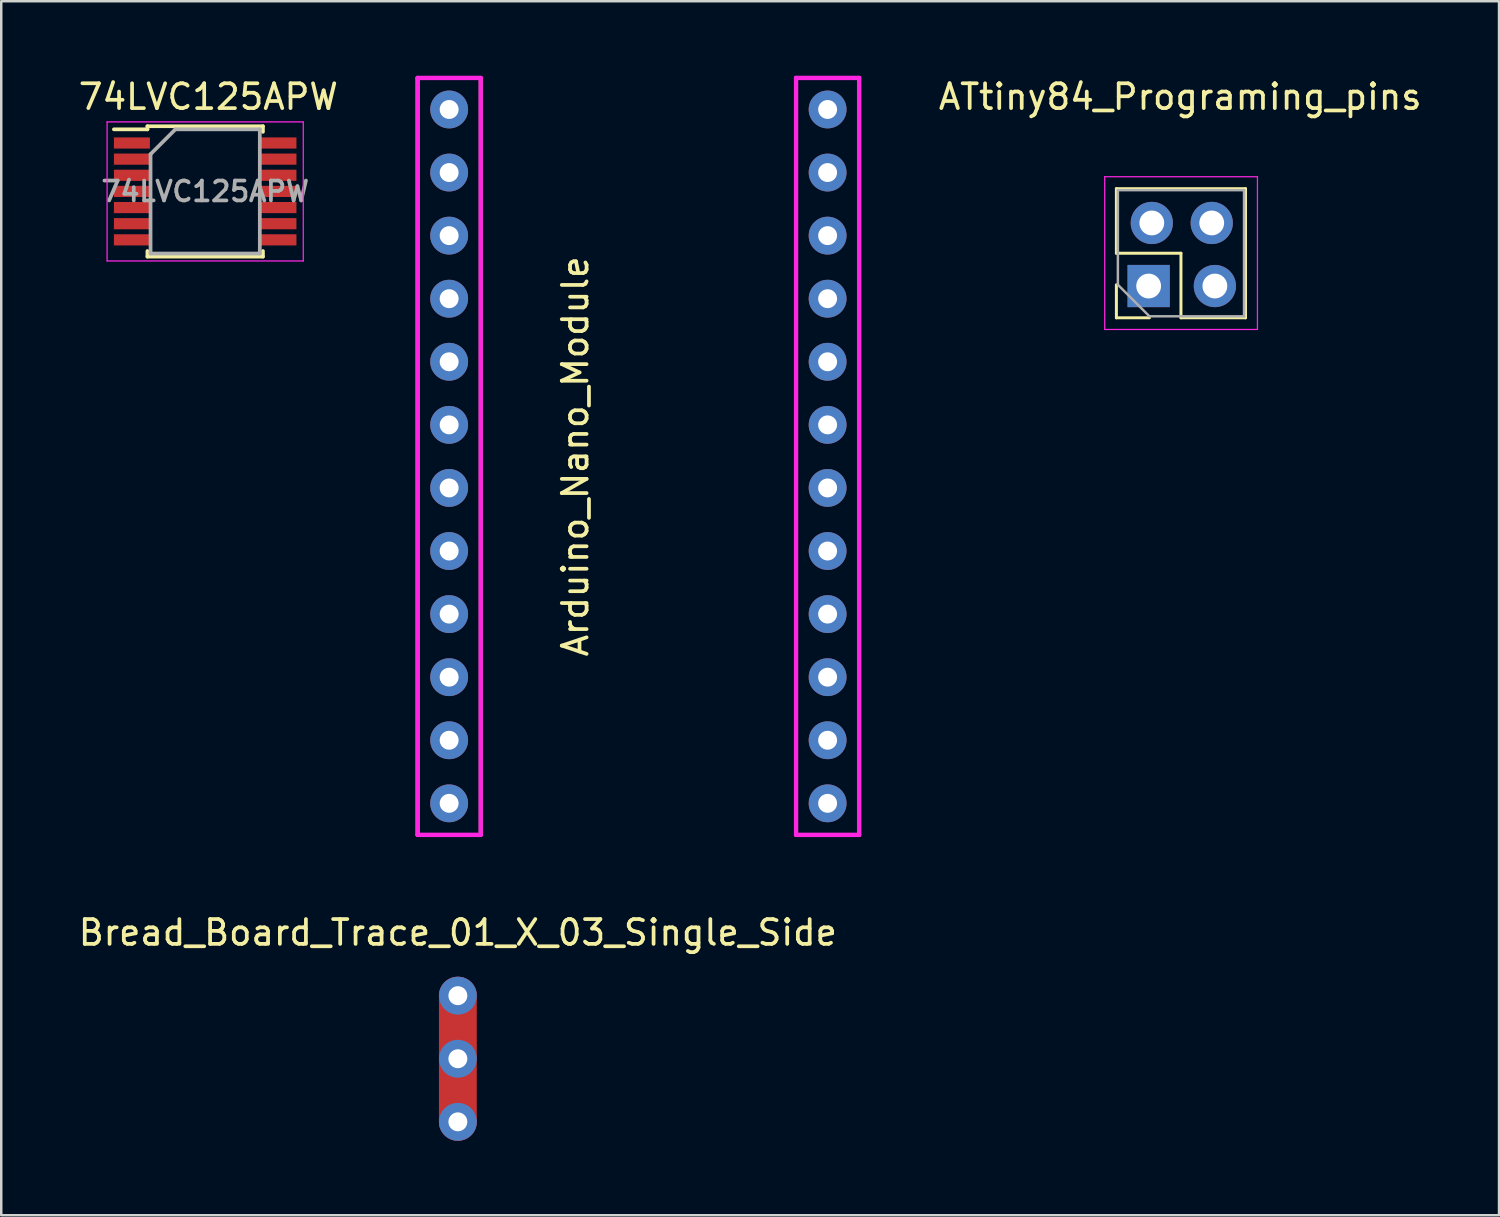
<source format=kicad_pcb>
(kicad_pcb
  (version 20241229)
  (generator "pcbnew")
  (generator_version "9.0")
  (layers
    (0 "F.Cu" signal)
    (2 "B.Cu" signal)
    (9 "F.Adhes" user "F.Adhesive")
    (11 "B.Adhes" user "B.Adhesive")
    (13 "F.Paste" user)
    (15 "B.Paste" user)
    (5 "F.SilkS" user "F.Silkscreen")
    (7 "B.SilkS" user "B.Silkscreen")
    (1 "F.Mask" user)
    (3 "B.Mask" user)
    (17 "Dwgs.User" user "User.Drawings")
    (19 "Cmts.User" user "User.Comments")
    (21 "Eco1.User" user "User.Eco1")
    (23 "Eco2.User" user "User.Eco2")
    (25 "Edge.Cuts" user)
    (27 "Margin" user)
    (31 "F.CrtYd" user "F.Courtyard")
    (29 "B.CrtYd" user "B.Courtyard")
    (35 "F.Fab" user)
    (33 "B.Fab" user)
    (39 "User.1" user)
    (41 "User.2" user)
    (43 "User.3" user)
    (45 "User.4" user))
  (footprint "Arduino_Nano_Module"
    (layer "F.Cu")
    (at 22.656 15.328)
    (property "Reference" "Arduino_Nano_Module" (at -2.54 0 90) (layer "F.SilkS") (effects (font (size 1 1) (thickness 0.15))))
    (attr through_hole)
    (fp_line (start -8.89 -15.24) (end -6.35 -15.24) (stroke (width 0.15) (type solid)) (layer "F.SilkS"))
    (fp_line (start -8.89 15.24) (end -8.89 -15.24) (stroke (width 0.15) (type solid)) (layer "F.SilkS"))
    (fp_line (start -6.35 -15.24) (end -6.35 15.24) (stroke (width 0.15) (type solid)) (layer "F.SilkS"))
    (fp_line (start -6.35 15.24) (end -8.89 15.24) (stroke (width 0.15) (type solid)) (layer "F.SilkS"))
    (fp_line (start 6.35 -15.24) (end 8.89 -15.24) (stroke (width 0.15) (type solid)) (layer "F.SilkS"))
    (fp_line (start 6.35 15.24) (end 6.35 -15.24) (stroke (width 0.15) (type solid)) (layer "F.SilkS"))
    (fp_line (start 8.89 -15.24) (end 8.89 15.24) (stroke (width 0.15) (type solid)) (layer "F.SilkS"))
    (fp_line (start 8.89 15.24) (end 6.35 15.24) (stroke (width 0.15) (type solid)) (layer "F.SilkS"))
    (fp_line (start -8.89 -15.24) (end -6.35 -15.24) (stroke (width 0.175) (type solid)) (layer "F.CrtYd"))
    (fp_line (start -8.89 15.24) (end -8.89 -15.24) (stroke (width 0.175) (type solid)) (layer "F.CrtYd"))
    (fp_line (start -6.35 -15.24) (end -6.35 15.24) (stroke (width 0.175) (type solid)) (layer "F.CrtYd"))
    (fp_line (start -6.35 15.24) (end -8.89 15.24) (stroke (width 0.175) (type solid)) (layer "F.CrtYd"))
    (fp_line (start 6.35 -15.24) (end 6.35 15.24) (stroke (width 0.175) (type solid)) (layer "F.CrtYd"))
    (fp_line (start 6.35 15.24) (end 8.89 15.24) (stroke (width 0.175) (type solid)) (layer "F.CrtYd"))
    (fp_line (start 8.89 -15.24) (end 6.35 -15.24) (stroke (width 0.175) (type solid)) (layer "F.CrtYd"))
    (fp_line (start 8.89 15.24) (end 8.89 -15.24) (stroke (width 0.175) (type solid)) (layer "F.CrtYd"))
    (pad "1" thru_hole circle (at -7.62 -13.97) (size 1.524 1.524) (drill 0.762) (layers "*.Cu" "*.Mask"))
    (pad "2" thru_hole circle (at -7.62 -11.43) (size 1.524 1.524) (drill 0.762) (layers "*.Cu" "*.Mask"))
    (pad "3" thru_hole circle (at -7.62 -8.89) (size 1.524 1.524) (drill 0.762) (layers "*.Cu" "*.Mask"))
    (pad "4" thru_hole circle (at -7.62 -6.35) (size 1.524 1.524) (drill 0.762) (layers "*.Cu" "*.Mask"))
    (pad "5" thru_hole circle (at -7.62 -3.81) (size 1.524 1.524) (drill 0.762) (layers "*.Cu" "*.Mask"))
    (pad "6" thru_hole circle (at -7.62 -1.27) (size 1.524 1.524) (drill 0.762) (layers "*.Cu" "*.Mask"))
    (pad "7" thru_hole circle (at -7.62 1.27) (size 1.524 1.524) (drill 0.762) (layers "*.Cu" "*.Mask"))
    (pad "8" thru_hole circle (at -7.62 3.81) (size 1.524 1.524) (drill 0.762) (layers "*.Cu" "*.Mask"))
    (pad "9" thru_hole circle (at -7.62 6.35) (size 1.524 1.524) (drill 0.762) (layers "*.Cu" "*.Mask"))
    (pad "10" thru_hole circle (at -7.62 8.89) (size 1.524 1.524) (drill 0.762) (layers "*.Cu" "*.Mask"))
    (pad "11" thru_hole circle (at -7.62 11.43) (size 1.524 1.524) (drill 0.762) (layers "*.Cu" "*.Mask"))
    (pad "12" thru_hole circle (at -7.62 13.97) (size 1.524 1.524) (drill 0.762) (layers "*.Cu" "*.Mask"))
    (pad "13" thru_hole circle (at 7.62 13.97) (size 1.524 1.524) (drill 0.762) (layers "*.Cu" "*.Mask"))
    (pad "14" thru_hole circle (at 7.62 11.43) (size 1.524 1.524) (drill 0.762) (layers "*.Cu" "*.Mask"))
    (pad "15" thru_hole circle (at 7.62 8.89) (size 1.524 1.524) (drill 0.762) (layers "*.Cu" "*.Mask"))
    (pad "16" thru_hole circle (at 7.62 6.35) (size 1.524 1.524) (drill 0.762) (layers "*.Cu" "*.Mask"))
    (pad "17" thru_hole circle (at 7.62 3.81) (size 1.524 1.524) (drill 0.762) (layers "*.Cu" "*.Mask"))
    (pad "18" thru_hole circle (at 7.62 1.27) (size 1.524 1.524) (drill 0.762) (layers "*.Cu" "*.Mask"))
    (pad "19" thru_hole circle (at 7.62 -1.27) (size 1.524 1.524) (drill 0.762) (layers "*.Cu" "*.Mask"))
    (pad "20" thru_hole circle (at 7.62 -3.81) (size 1.524 1.524) (drill 0.762) (layers "*.Cu" "*.Mask"))
    (pad "21" thru_hole circle (at 7.62 -6.35) (size 1.524 1.524) (drill 0.762) (layers "*.Cu" "*.Mask"))
    (pad "22" thru_hole circle (at 7.62 -8.89) (size 1.524 1.524) (drill 0.762) (layers "*.Cu" "*.Mask"))
    (pad "23" thru_hole circle (at 7.62 -11.43) (size 1.524 1.524) (drill 0.762) (layers "*.Cu" "*.Mask"))
    (pad "24" thru_hole circle (at 7.62 -13.97) (size 1.524 1.524) (drill 0.762) (layers "*.Cu" "*.Mask")))
  (footprint "Bread_Board_Trace_01_X_03_Single_Side"
    (layer "F.Cu")
    (at 15.387 39.583)
    (property "Reference" "Bread_Board_Trace_01_X_03_Single_Side" (at 0 -5.08 0) (layer "F.SilkS") (effects (font (size 1 1) (thickness 0.15))))
    (attr through_hole)
    (fp_line (start 0 2.54) (end 0 -2.54) (stroke (width 1.524) (type solid)) (layer "F.Cu"))
    (pad "1" thru_hole circle (at 0 -2.54) (size 1.524 1.524) (drill 0.762) (layers "*.Cu" "*.Mask"))
    (pad "2" thru_hole circle (at 0 0) (size 1.524 1.524) (drill 0.762) (layers "*.Cu" "*.Mask"))
    (pad "3" thru_hole circle (at 0 2.54) (size 1.524 1.524) (drill 0.762) (layers "*.Cu" "*.Mask")))
  (footprint "74LVC125APW"
    (layer "F.Cu")
    (at 5.034 4.658)
    (property "Reference" "74LVC125APW" (at 0.305 -3.81 0) (layer "F.SilkS") (effects (font (size 1 1) (thickness 0.15))))
    (attr through_hole)
    (fp_line (start -2.147 -2.625) (end -2.147 -2.5) (stroke (width 0.15) (type solid)) (layer "F.SilkS"))
    (fp_line (start -2.147 -2.625) (end 2.503 -2.625) (stroke (width 0.15) (type solid)) (layer "F.SilkS"))
    (fp_line (start -2.147 -2.5) (end -3.497 -2.5) (stroke (width 0.15) (type solid)) (layer "F.SilkS"))
    (fp_line (start -2.147 2.625) (end -2.147 2.4) (stroke (width 0.15) (type solid)) (layer "F.SilkS"))
    (fp_line (start -2.147 2.625) (end 2.503 2.625) (stroke (width 0.15) (type solid)) (layer "F.SilkS"))
    (fp_line (start 2.503 -2.625) (end 2.503 -2.4) (stroke (width 0.15) (type solid)) (layer "F.SilkS"))
    (fp_line (start 2.503 2.625) (end 2.503 2.4) (stroke (width 0.15) (type solid)) (layer "F.SilkS"))
    (fp_line (start -3.772 -2.8) (end -3.772 2.8) (stroke (width 0.05) (type solid)) (layer "F.CrtYd"))
    (fp_line (start -3.772 -2.8) (end 4.128 -2.8) (stroke (width 0.05) (type solid)) (layer "F.CrtYd"))
    (fp_line (start -3.772 2.8) (end 4.128 2.8) (stroke (width 0.05) (type solid)) (layer "F.CrtYd"))
    (fp_line (start 4.128 -2.8) (end 4.128 2.8) (stroke (width 0.05) (type solid)) (layer "F.CrtYd"))
    (fp_line (start -2.022 -1.5) (end -1.022 -2.5) (stroke (width 0.15) (type solid)) (layer "F.Fab"))
    (fp_line (start -2.022 2.5) (end -2.022 -1.5) (stroke (width 0.15) (type solid)) (layer "F.Fab"))
    (fp_line (start -1.022 -2.5) (end 2.378 -2.5) (stroke (width 0.15) (type solid)) (layer "F.Fab"))
    (fp_line (start 2.378 -2.5) (end 2.378 2.5) (stroke (width 0.15) (type solid)) (layer "F.Fab"))
    (fp_line (start 2.378 2.5) (end -2.022 2.5) (stroke (width 0.15) (type solid)) (layer "F.Fab"))
    (fp_text user "${REFERENCE}" (at 0.178 0 0) (layer "F.Fab") (effects (font (size 0.8 0.8) (thickness 0.15))))
    (pad "1" smd rect (at -2.772 -1.95) (size 1.45 0.45) (layers "F.Cu" "F.Mask" "F.Paste"))
    (pad "2" smd rect (at -2.772 -1.3) (size 1.45 0.45) (layers "F.Cu" "F.Mask" "F.Paste"))
    (pad "3" smd rect (at -2.772 -0.65) (size 1.45 0.45) (layers "F.Cu" "F.Mask" "F.Paste"))
    (pad "4" smd rect (at -2.772 0) (size 1.45 0.45) (layers "F.Cu" "F.Mask" "F.Paste"))
    (pad "5" smd rect (at -2.772 0.65) (size 1.45 0.45) (layers "F.Cu" "F.Mask" "F.Paste"))
    (pad "6" smd rect (at -2.772 1.3) (size 1.45 0.45) (layers "F.Cu" "F.Mask" "F.Paste"))
    (pad "7" smd rect (at -2.772 1.95) (size 1.45 0.45) (layers "F.Cu" "F.Mask" "F.Paste"))
    (pad "8" smd rect (at 3.128 1.95) (size 1.45 0.45) (layers "F.Cu" "F.Mask" "F.Paste"))
    (pad "9" smd rect (at 3.128 1.3) (size 1.45 0.45) (layers "F.Cu" "F.Mask" "F.Paste"))
    (pad "10" smd rect (at 3.128 0.65) (size 1.45 0.45) (layers "F.Cu" "F.Mask" "F.Paste"))
    (pad "11" smd rect (at 3.128 0) (size 1.45 0.45) (layers "F.Cu" "F.Mask" "F.Paste"))
    (pad "12" smd rect (at 3.128 -0.65) (size 1.45 0.45) (layers "F.Cu" "F.Mask" "F.Paste"))
    (pad "13" smd rect (at 3.128 -1.3) (size 1.45 0.45) (layers "F.Cu" "F.Mask" "F.Paste"))
    (pad "14" smd rect (at 3.128 -1.95) (size 1.45 0.45) (layers "F.Cu" "F.Mask" "F.Paste")))
  (footprint "ATtiny84_Programing_pins"
    (layer "F.Cu")
    (at 44.473 7.198)
    (property "Reference" "ATtiny84_Programing_pins" (at 0 -6.35 0) (layer "F.SilkS") (effects (font (size 1 1) (thickness 0.15))))
    (attr through_hole)
    (fp_line (start -2.569 -2.651) (end 2.631 -2.651) (stroke (width 0.12) (type solid)) (layer "F.SilkS"))
    (fp_line (start -2.569 -0.051) (end -2.569 -2.651) (stroke (width 0.12) (type solid)) (layer "F.SilkS"))
    (fp_line (start -2.569 2.549) (end -2.569 1.219) (stroke (width 0.12) (type solid)) (layer "F.SilkS"))
    (fp_line (start -1.239 2.549) (end -2.569 2.549) (stroke (width 0.12) (type solid)) (layer "F.SilkS"))
    (fp_line (start 0.031 -0.051) (end -2.569 -0.051) (stroke (width 0.12) (type solid)) (layer "F.SilkS"))
    (fp_line (start 0.031 2.549) (end 0.031 -0.051) (stroke (width 0.12) (type solid)) (layer "F.SilkS"))
    (fp_line (start 0.031 2.549) (end 2.631 2.549) (stroke (width 0.12) (type solid)) (layer "F.SilkS"))
    (fp_line (start 2.631 2.549) (end 2.631 -2.651) (stroke (width 0.12) (type solid)) (layer "F.SilkS"))
    (fp_line (start -3.039 -3.131) (end -3.039 3.019) (stroke (width 0.05) (type solid)) (layer "F.CrtYd"))
    (fp_line (start -3.039 3.019) (end 3.111 3.019) (stroke (width 0.05) (type solid)) (layer "F.CrtYd"))
    (fp_line (start 3.111 -3.131) (end -3.039 -3.131) (stroke (width 0.05) (type solid)) (layer "F.CrtYd"))
    (fp_line (start 3.111 3.019) (end 3.111 -3.131) (stroke (width 0.05) (type solid)) (layer "F.CrtYd"))
    (fp_line (start -2.509 -2.591) (end 2.571 -2.591) (stroke (width 0.1) (type solid)) (layer "F.Fab"))
    (fp_line (start -2.509 1.219) (end -2.509 -2.591) (stroke (width 0.1) (type solid)) (layer "F.Fab"))
    (fp_line (start -1.239 2.489) (end -2.509 1.219) (stroke (width 0.1) (type solid)) (layer "F.Fab"))
    (fp_line (start 2.571 -2.591) (end 2.571 2.489) (stroke (width 0.1) (type solid)) (layer "F.Fab"))
    (fp_line (start 2.571 2.489) (end -1.239 2.489) (stroke (width 0.1) (type solid)) (layer "F.Fab"))
    (pad "1" thru_hole rect (at -1.27 1.27 90) (size 1.7 1.7) (drill 1) (layers "*.Cu" "*.Mask"))
    (pad "2" thru_hole oval (at 1.397 1.27 90) (size 1.7 1.7) (drill 1) (layers "*.Cu" "*.Mask"))
    (pad "3" thru_hole oval (at -1.143 -1.27 90) (size 1.7 1.7) (drill 1) (layers "*.Cu" "*.Mask"))
    (pad "4" thru_hole oval (at 1.27 -1.27 90) (size 1.7 1.7) (drill 1) (layers "*.Cu" "*.Mask")))
  (gr_rect
    (start -3 -3)
    (end 57.312 45.885)
    (stroke (width 0.1) (type default))
    (fill no)
    (layer "Edge.Cuts")))
</source>
